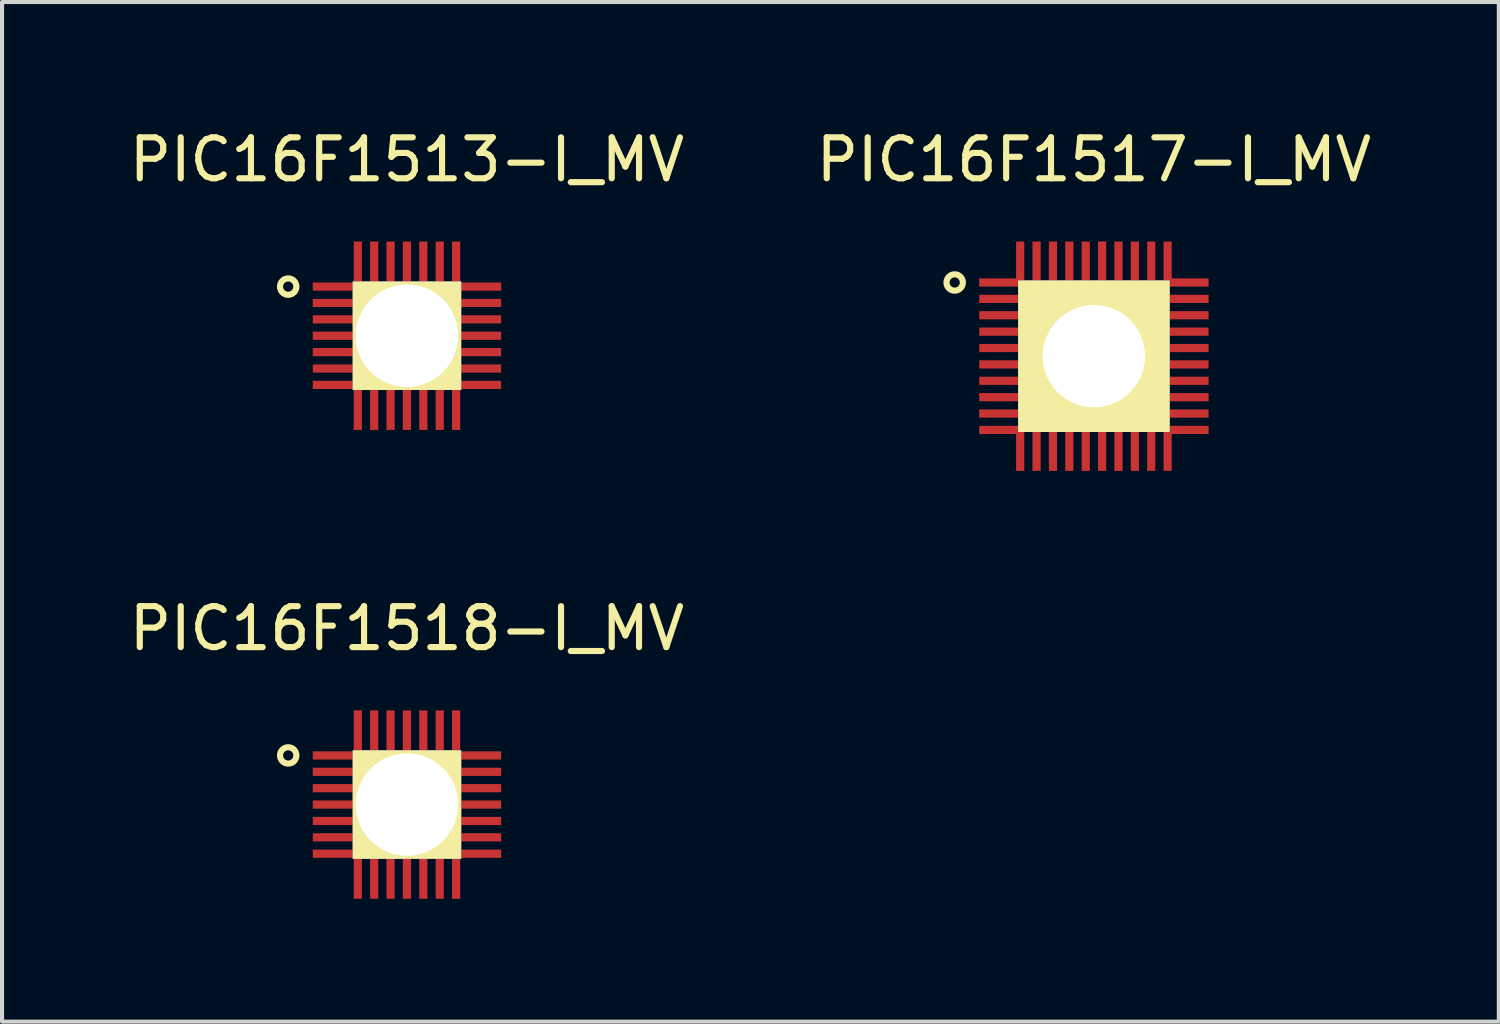
<source format=kicad_pcb>
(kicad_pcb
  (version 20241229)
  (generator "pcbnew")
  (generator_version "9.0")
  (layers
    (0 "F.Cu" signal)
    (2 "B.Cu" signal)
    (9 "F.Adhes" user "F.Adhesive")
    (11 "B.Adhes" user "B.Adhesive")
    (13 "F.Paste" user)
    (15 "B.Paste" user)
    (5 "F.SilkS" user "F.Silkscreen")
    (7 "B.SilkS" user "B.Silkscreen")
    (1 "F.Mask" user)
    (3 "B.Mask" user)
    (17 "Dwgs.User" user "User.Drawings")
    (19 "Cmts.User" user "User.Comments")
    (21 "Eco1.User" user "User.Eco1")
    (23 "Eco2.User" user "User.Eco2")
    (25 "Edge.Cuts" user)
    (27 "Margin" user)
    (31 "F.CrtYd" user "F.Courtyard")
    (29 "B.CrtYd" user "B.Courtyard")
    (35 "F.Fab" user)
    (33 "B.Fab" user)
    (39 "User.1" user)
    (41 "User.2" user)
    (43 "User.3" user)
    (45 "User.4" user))
  (footprint "PIC16F1513-I_MV"
    (layer "F.Cu")
    (at 5.087 3.348)
    (property "Reference" "PIC16F1513-I_MV" (at 1.8 -2.5 0) (layer "F.SilkS") (effects (font (size 1 1) (thickness 0.15))))
    (attr through_hole)
    (fp_line (start 0.7 0.7) (end 0.7 2.9) (stroke (width 0.15) (type solid)) (layer "F.SilkS"))
    (fp_line (start 0.7 0.7) (end 2.9 0.7) (stroke (width 0.15) (type solid)) (layer "F.SilkS"))
    (fp_line (start 0.7 2.9) (end 2.9 2.9) (stroke (width 0.15) (type solid)) (layer "F.SilkS"))
    (fp_line (start 2.9 2.9) (end 2.9 0.7) (stroke (width 0.15) (type solid)) (layer "F.SilkS"))
    (fp_circle (center -1.1 0.6) (end -1.1 0.4) (stroke (width 0.15) (type solid)) (fill no) (layer "F.SilkS"))
    (fp_circle (center 1.7 1.7) (end 1.7 1.2) (stroke (width 0.15) (type solid)) (fill no) (layer "F.SilkS"))
    (pad "1" smd rect (at 0 0.6) (size 1 0.2) (layers "F.Cu" "F.Mask" "F.Paste"))
    (pad "2" smd rect (at 0 1) (size 1 0.2) (layers "F.Cu" "F.Mask" "F.Paste"))
    (pad "3" smd rect (at 0 1.4) (size 1 0.2) (layers "F.Cu" "F.Mask" "F.Paste"))
    (pad "4" smd rect (at 0 1.8) (size 1 0.2) (layers "F.Cu" "F.Mask" "F.Paste"))
    (pad "5" smd rect (at 0 2.2) (size 1 0.2) (layers "F.Cu" "F.Mask" "F.Paste"))
    (pad "6" smd rect (at 0 2.6) (size 1 0.2) (layers "F.Cu" "F.Mask" "F.Paste"))
    (pad "7" smd rect (at 0 3) (size 1 0.2) (layers "F.Cu" "F.Mask" "F.Paste"))
    (pad "8" smd rect (at 0.6 3.6) (size 0.2 1) (layers "F.Cu" "F.Mask" "F.Paste"))
    (pad "9" smd rect (at 1 3.6) (size 0.2 1) (layers "F.Cu" "F.Mask" "F.Paste"))
    (pad "10" smd rect (at 1.4 3.6) (size 0.2 1) (layers "F.Cu" "F.Mask" "F.Paste"))
    (pad "11" smd rect (at 1.8 3.6) (size 0.2 1) (layers "F.Cu" "F.Mask" "F.Paste"))
    (pad "12" smd rect (at 2.2 3.6) (size 0.2 1) (layers "F.Cu" "F.Mask" "F.Paste"))
    (pad "13" smd rect (at 2.6 3.6) (size 0.2 1) (layers "F.Cu" "F.Mask" "F.Paste"))
    (pad "14" smd rect (at 3 3.6) (size 0.2 1) (layers "F.Cu" "F.Mask" "F.Paste"))
    (pad "15" smd rect (at 3.6 3) (size 1 0.2) (layers "F.Cu" "F.Mask" "F.Paste"))
    (pad "16" smd rect (at 3.6 2.6) (size 1 0.2) (layers "F.Cu" "F.Mask" "F.Paste"))
    (pad "17" smd rect (at 3.6 2.2) (size 1 0.2) (layers "F.Cu" "F.Mask" "F.Paste"))
    (pad "18" smd rect (at 3.6 1.8) (size 1 0.2) (layers "F.Cu" "F.Mask" "F.Paste"))
    (pad "19" smd rect (at 3.6 1.4) (size 1 0.2) (layers "F.Cu" "F.Mask" "F.Paste"))
    (pad "20" smd rect (at 3.6 1) (size 1 0.2) (layers "F.Cu" "F.Mask" "F.Paste"))
    (pad "21" smd rect (at 3.6 0.6) (size 1 0.2) (layers "F.Cu" "F.Mask" "F.Paste"))
    (pad "22" smd rect (at 3 0) (size 0.2 1) (layers "F.Cu" "F.Mask" "F.Paste"))
    (pad "23" smd rect (at 2.6 0) (size 0.2 1) (layers "F.Cu" "F.Mask" "F.Paste"))
    (pad "24" smd rect (at 2.2 0) (size 0.2 1) (layers "F.Cu" "F.Mask" "F.Paste"))
    (pad "25" smd rect (at 1.8 0) (size 0.2 1) (layers "F.Cu" "F.Mask" "F.Paste"))
    (pad "26" smd rect (at 1.4 0) (size 0.2 1) (layers "F.Cu" "F.Mask" "F.Paste"))
    (pad "27" smd rect (at 1 0) (size 0.2 1) (layers "F.Cu" "F.Mask" "F.Paste"))
    (pad "28" smd rect (at 0.6 0) (size 0.2 1) (layers "F.Cu" "F.Mask" "F.Paste"))
    (pad "999" thru_hole rect (at 1.8 1.8) (size 2.65 2.65) (drill 2.5) (layers "*.Cu" "*.Mask" "F.SilkS")))
  (footprint "PIC16F1518-I_MV"
    (layer "F.Cu")
    (at 5.087 14.796)
    (property "Reference" "PIC16F1518-I_MV" (at 1.8 -2.5 0) (layer "F.SilkS") (effects (font (size 1 1) (thickness 0.15))))
    (attr through_hole)
    (fp_line (start 0.7 0.7) (end 0.7 2.9) (stroke (width 0.15) (type solid)) (layer "F.SilkS"))
    (fp_line (start 0.7 0.7) (end 2.9 0.7) (stroke (width 0.15) (type solid)) (layer "F.SilkS"))
    (fp_line (start 0.7 2.9) (end 2.9 2.9) (stroke (width 0.15) (type solid)) (layer "F.SilkS"))
    (fp_line (start 2.9 2.9) (end 2.9 0.7) (stroke (width 0.15) (type solid)) (layer "F.SilkS"))
    (fp_circle (center -1.1 0.6) (end -1.1 0.4) (stroke (width 0.15) (type solid)) (fill no) (layer "F.SilkS"))
    (fp_circle (center 1.7 1.7) (end 1.7 1.2) (stroke (width 0.15) (type solid)) (fill no) (layer "F.SilkS"))
    (pad "1" smd rect (at 0 0.6) (size 1 0.2) (layers "F.Cu" "F.Mask" "F.Paste"))
    (pad "2" smd rect (at 0 1) (size 1 0.2) (layers "F.Cu" "F.Mask" "F.Paste"))
    (pad "3" smd rect (at 0 1.4) (size 1 0.2) (layers "F.Cu" "F.Mask" "F.Paste"))
    (pad "4" smd rect (at 0 1.8) (size 1 0.2) (layers "F.Cu" "F.Mask" "F.Paste"))
    (pad "5" smd rect (at 0 2.2) (size 1 0.2) (layers "F.Cu" "F.Mask" "F.Paste"))
    (pad "6" smd rect (at 0 2.6) (size 1 0.2) (layers "F.Cu" "F.Mask" "F.Paste"))
    (pad "7" smd rect (at 0 3) (size 1 0.2) (layers "F.Cu" "F.Mask" "F.Paste"))
    (pad "8" smd rect (at 0.6 3.6) (size 0.2 1) (layers "F.Cu" "F.Mask" "F.Paste"))
    (pad "9" smd rect (at 1 3.6) (size 0.2 1) (layers "F.Cu" "F.Mask" "F.Paste"))
    (pad "10" smd rect (at 1.4 3.6) (size 0.2 1) (layers "F.Cu" "F.Mask" "F.Paste"))
    (pad "11" smd rect (at 1.8 3.6) (size 0.2 1) (layers "F.Cu" "F.Mask" "F.Paste"))
    (pad "12" smd rect (at 2.2 3.6) (size 0.2 1) (layers "F.Cu" "F.Mask" "F.Paste"))
    (pad "13" smd rect (at 2.6 3.6) (size 0.2 1) (layers "F.Cu" "F.Mask" "F.Paste"))
    (pad "14" smd rect (at 3 3.6) (size 0.2 1) (layers "F.Cu" "F.Mask" "F.Paste"))
    (pad "15" smd rect (at 3.6 3) (size 1 0.2) (layers "F.Cu" "F.Mask" "F.Paste"))
    (pad "16" smd rect (at 3.6 2.6) (size 1 0.2) (layers "F.Cu" "F.Mask" "F.Paste"))
    (pad "17" smd rect (at 3.6 2.2) (size 1 0.2) (layers "F.Cu" "F.Mask" "F.Paste"))
    (pad "18" smd rect (at 3.6 1.8) (size 1 0.2) (layers "F.Cu" "F.Mask" "F.Paste"))
    (pad "19" smd rect (at 3.6 1.4) (size 1 0.2) (layers "F.Cu" "F.Mask" "F.Paste"))
    (pad "20" smd rect (at 3.6 1) (size 1 0.2) (layers "F.Cu" "F.Mask" "F.Paste"))
    (pad "21" smd rect (at 3.6 0.6) (size 1 0.2) (layers "F.Cu" "F.Mask" "F.Paste"))
    (pad "22" smd rect (at 3 0) (size 0.2 1) (layers "F.Cu" "F.Mask" "F.Paste"))
    (pad "23" smd rect (at 2.6 0) (size 0.2 1) (layers "F.Cu" "F.Mask" "F.Paste"))
    (pad "24" smd rect (at 2.2 0) (size 0.2 1) (layers "F.Cu" "F.Mask" "F.Paste"))
    (pad "25" smd rect (at 1.8 0) (size 0.2 1) (layers "F.Cu" "F.Mask" "F.Paste"))
    (pad "26" smd rect (at 1.4 0) (size 0.2 1) (layers "F.Cu" "F.Mask" "F.Paste"))
    (pad "27" smd rect (at 1 0) (size 0.2 1) (layers "F.Cu" "F.Mask" "F.Paste"))
    (pad "28" smd rect (at 0.6 0) (size 0.2 1) (layers "F.Cu" "F.Mask" "F.Paste"))
    (pad "999" thru_hole rect (at 1.8 1.8) (size 2.65 2.65) (drill 2.5) (layers "*.Cu" "*.Mask" "F.SilkS")))
  (footprint "PIC16F1517-I_MV"
    (layer "F.Cu")
    (at 21.361 3.348)
    (property "Reference" "PIC16F1517-I_MV" (at 2.3 -2.5 0) (layer "F.SilkS") (effects (font (size 1 1) (thickness 0.15))))
    (attr through_hole)
    (fp_line (start 0.7 0.7) (end 0.7 3.9) (stroke (width 0.15) (type solid)) (layer "F.SilkS"))
    (fp_line (start 0.7 0.7) (end 3.9 0.7) (stroke (width 0.15) (type solid)) (layer "F.SilkS"))
    (fp_line (start 0.7 3.9) (end 3.9 3.9) (stroke (width 0.15) (type solid)) (layer "F.SilkS"))
    (fp_line (start 3.9 3.9) (end 3.9 0.7) (stroke (width 0.15) (type solid)) (layer "F.SilkS"))
    (fp_circle (center -1.1 0.5) (end -1.1 0.3) (stroke (width 0.15) (type solid)) (fill no) (layer "F.SilkS"))
    (fp_circle (center 1.7 1.7) (end 1.7 1.2) (stroke (width 0.15) (type solid)) (fill no) (layer "F.SilkS"))
    (pad "1" smd rect (at 0 0.5) (size 1 0.2) (layers "F.Cu" "F.Mask" "F.Paste"))
    (pad "2" smd rect (at 0 0.9) (size 1 0.2) (layers "F.Cu" "F.Mask" "F.Paste"))
    (pad "3" smd rect (at 0 1.3) (size 1 0.2) (layers "F.Cu" "F.Mask" "F.Paste"))
    (pad "4" smd rect (at 0 1.7) (size 1 0.2) (layers "F.Cu" "F.Mask" "F.Paste"))
    (pad "5" smd rect (at 0 2.1) (size 1 0.2) (layers "F.Cu" "F.Mask" "F.Paste"))
    (pad "6" smd rect (at 0 2.5) (size 1 0.2) (layers "F.Cu" "F.Mask" "F.Paste"))
    (pad "7" smd rect (at 0 2.9) (size 1 0.2) (layers "F.Cu" "F.Mask" "F.Paste"))
    (pad "8" smd rect (at 0 3.3) (size 1 0.2) (layers "F.Cu" "F.Mask" "F.Paste"))
    (pad "9" smd rect (at 0 3.7) (size 1 0.2) (layers "F.Cu" "F.Mask" "F.Paste"))
    (pad "10" smd rect (at 0 4.1) (size 1 0.2) (layers "F.Cu" "F.Mask" "F.Paste"))
    (pad "11" smd rect (at 0.5 4.6) (size 0.2 1) (layers "F.Cu" "F.Mask" "F.Paste"))
    (pad "12" smd rect (at 0.9 4.6) (size 0.2 1) (layers "F.Cu" "F.Mask" "F.Paste"))
    (pad "13" smd rect (at 1.3 4.6) (size 0.2 1) (layers "F.Cu" "F.Mask" "F.Paste"))
    (pad "14" smd rect (at 1.7 4.6) (size 0.2 1) (layers "F.Cu" "F.Mask" "F.Paste"))
    (pad "15" smd rect (at 2.1 4.6) (size 0.2 1) (layers "F.Cu" "F.Mask" "F.Paste"))
    (pad "16" smd rect (at 2.5 4.6) (size 0.2 1) (layers "F.Cu" "F.Mask" "F.Paste"))
    (pad "17" smd rect (at 2.9 4.6) (size 0.2 1) (layers "F.Cu" "F.Mask" "F.Paste"))
    (pad "18" smd rect (at 3.3 4.6) (size 0.2 1) (layers "F.Cu" "F.Mask" "F.Paste"))
    (pad "19" smd rect (at 3.7 4.6) (size 0.2 1) (layers "F.Cu" "F.Mask" "F.Paste"))
    (pad "20" smd rect (at 4.1 4.6) (size 0.2 1) (layers "F.Cu" "F.Mask" "F.Paste"))
    (pad "21" smd rect (at 4.6 4.1) (size 1 0.2) (layers "F.Cu" "F.Mask" "F.Paste"))
    (pad "22" smd rect (at 4.6 3.7) (size 1 0.2) (layers "F.Cu" "F.Mask" "F.Paste"))
    (pad "23" smd rect (at 4.6 3.3) (size 1 0.2) (layers "F.Cu" "F.Mask" "F.Paste"))
    (pad "24" smd rect (at 4.6 2.9) (size 1 0.2) (layers "F.Cu" "F.Mask" "F.Paste"))
    (pad "25" smd rect (at 4.6 2.5) (size 1 0.2) (layers "F.Cu" "F.Mask" "F.Paste"))
    (pad "26" smd rect (at 4.6 2.1) (size 1 0.2) (layers "F.Cu" "F.Mask" "F.Paste"))
    (pad "27" smd rect (at 4.6 1.7) (size 1 0.2) (layers "F.Cu" "F.Mask" "F.Paste"))
    (pad "28" smd rect (at 4.6 1.3) (size 1 0.2) (layers "F.Cu" "F.Mask" "F.Paste"))
    (pad "29" smd rect (at 4.6 0.9) (size 1 0.2) (layers "F.Cu" "F.Mask" "F.Paste"))
    (pad "30" smd rect (at 4.6 0.5) (size 1 0.2) (layers "F.Cu" "F.Mask" "F.Paste"))
    (pad "31" smd rect (at 4.1 0) (size 0.2 1) (layers "F.Cu" "F.Mask" "F.Paste"))
    (pad "32" smd rect (at 3.7 0) (size 0.2 1) (layers "F.Cu" "F.Mask" "F.Paste"))
    (pad "33" smd rect (at 3.3 0) (size 0.2 1) (layers "F.Cu" "F.Mask" "F.Paste"))
    (pad "34" smd rect (at 2.9 0) (size 0.2 1) (layers "F.Cu" "F.Mask" "F.Paste"))
    (pad "35" smd rect (at 2.5 0) (size 0.2 1) (layers "F.Cu" "F.Mask" "F.Paste"))
    (pad "36" smd rect (at 2.1 0) (size 0.2 1) (layers "F.Cu" "F.Mask" "F.Paste"))
    (pad "37" smd rect (at 1.7 0) (size 0.2 1) (layers "F.Cu" "F.Mask" "F.Paste"))
    (pad "38" smd rect (at 1.3 0) (size 0.2 1) (layers "F.Cu" "F.Mask" "F.Paste"))
    (pad "39" smd rect (at 0.9 0) (size 0.2 1) (layers "F.Cu" "F.Mask" "F.Paste"))
    (pad "40" smd rect (at 0.5 0) (size 0.2 1) (layers "F.Cu" "F.Mask" "F.Paste"))
    (pad "999" thru_hole rect (at 2.3 2.3) (size 3.7 3.7) (drill 2.5) (layers "*.Cu" "*.Mask" "F.SilkS")))
  (gr_rect
    (start -3 -3)
    (end 33.548 21.896)
    (stroke (width 0.1) (type default))
    (fill no)
    (layer "Edge.Cuts")))
</source>
